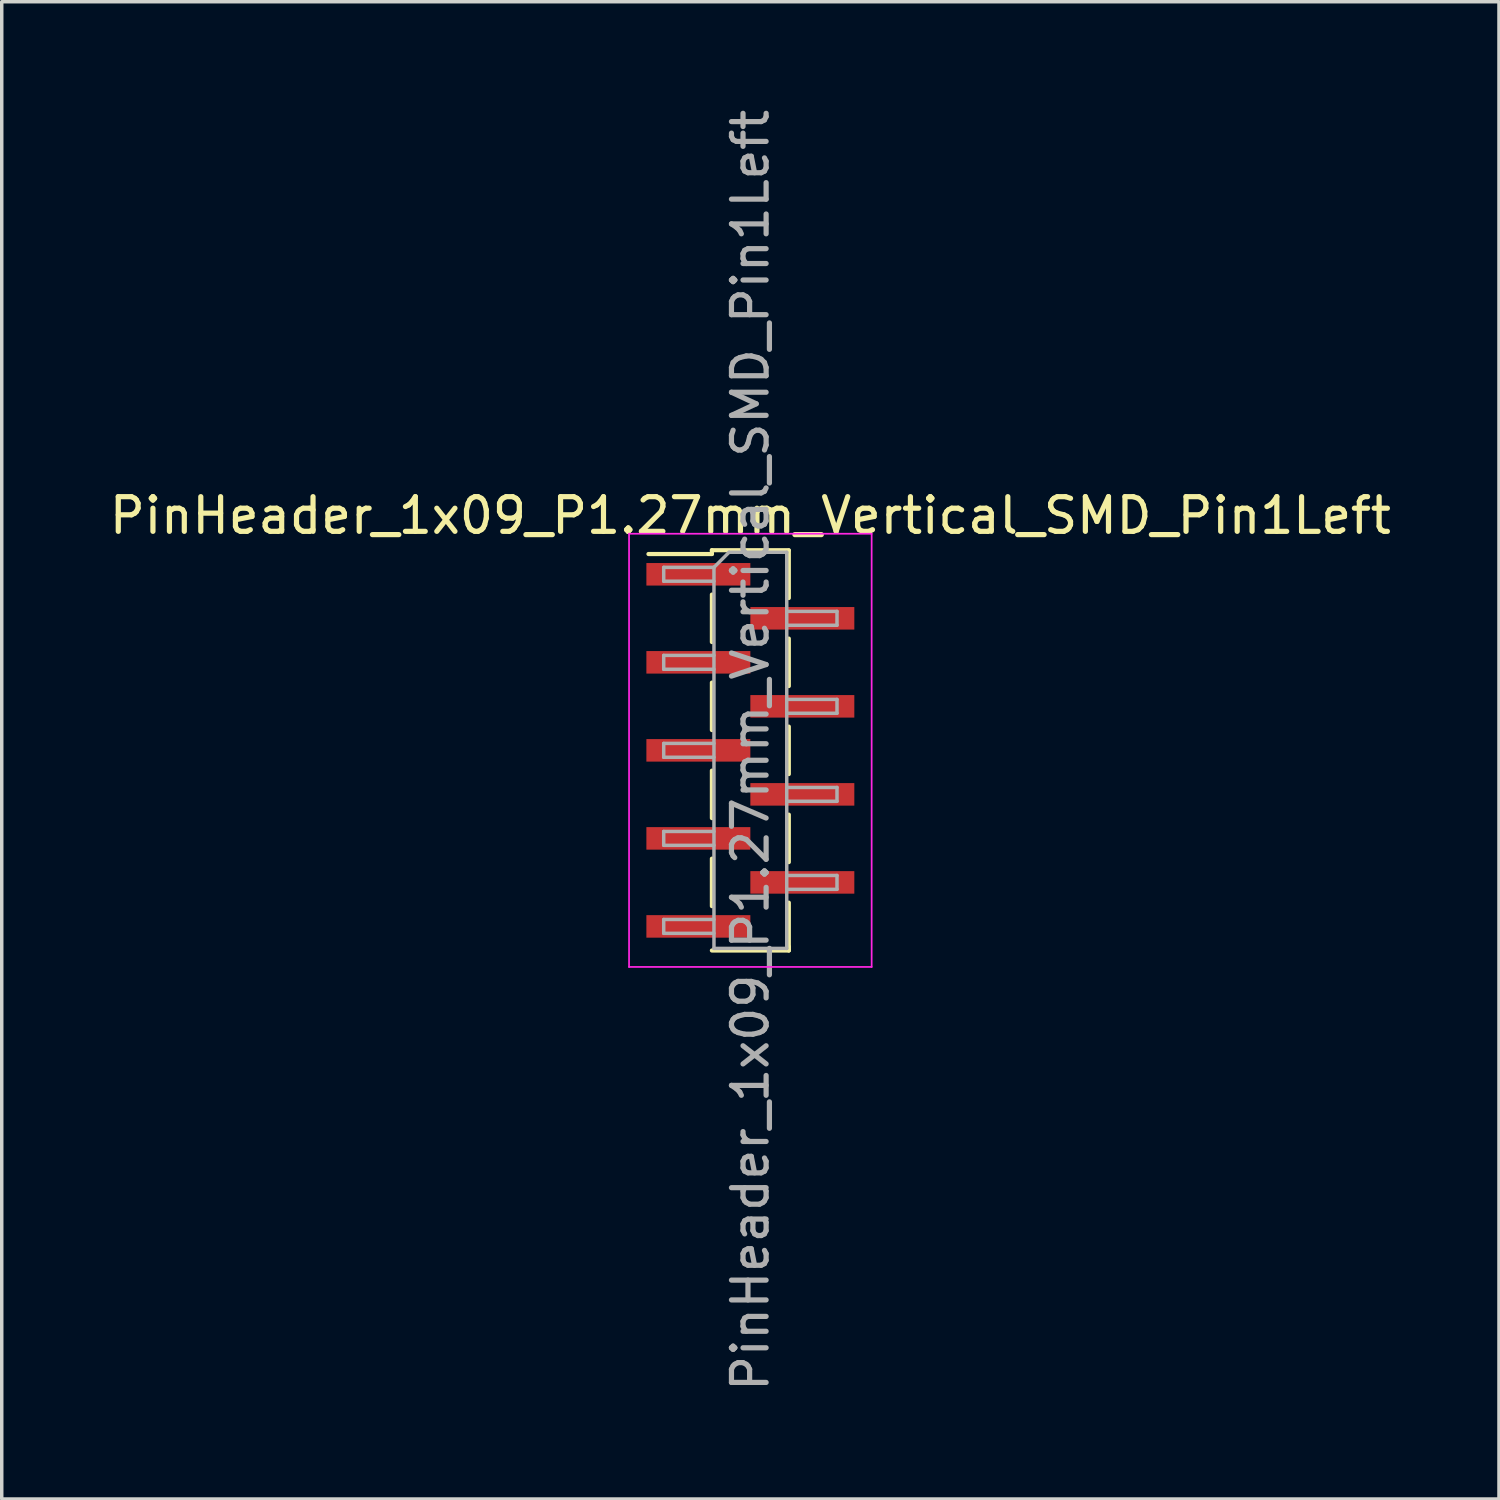
<source format=kicad_pcb>
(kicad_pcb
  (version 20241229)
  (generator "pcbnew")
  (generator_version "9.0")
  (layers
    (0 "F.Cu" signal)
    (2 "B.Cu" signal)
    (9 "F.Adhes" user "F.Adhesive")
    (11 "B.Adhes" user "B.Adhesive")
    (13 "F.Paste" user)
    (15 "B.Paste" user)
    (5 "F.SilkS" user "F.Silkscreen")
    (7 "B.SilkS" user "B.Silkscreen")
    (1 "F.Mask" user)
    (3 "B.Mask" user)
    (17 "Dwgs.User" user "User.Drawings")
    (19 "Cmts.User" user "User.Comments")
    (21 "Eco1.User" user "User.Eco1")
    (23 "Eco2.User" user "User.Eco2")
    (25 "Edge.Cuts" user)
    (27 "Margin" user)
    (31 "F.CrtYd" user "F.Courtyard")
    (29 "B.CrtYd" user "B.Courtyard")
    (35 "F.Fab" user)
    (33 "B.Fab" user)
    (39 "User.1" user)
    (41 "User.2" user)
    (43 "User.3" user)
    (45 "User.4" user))
  (footprint "PinHeader_1x09_P1.27mm_Vertical_SMD_Pin1Left"
    (layer "F.Cu")
    (at 18.601 18.601)
    (property "Reference" "PinHeader_1x09_P1.27mm_Vertical_SMD_Pin1Left" (at 0 -6.775 0) (layer "F.SilkS") (effects (font (size 1 1) (thickness 0.15))))
    (attr smd)
    (fp_line (start -1.11 -5.775) (end -1.11 -5.665) (stroke (width 0.12) (type solid)) (layer "F.SilkS"))
    (fp_line (start -1.11 -5.775) (end 1.11 -5.775) (stroke (width 0.12) (type solid)) (layer "F.SilkS"))
    (fp_line (start -1.11 -5.665) (end -2.94 -5.665) (stroke (width 0.12) (type solid)) (layer "F.SilkS"))
    (fp_line (start -1.11 -4.495) (end -1.11 -3.125) (stroke (width 0.12) (type solid)) (layer "F.SilkS"))
    (fp_line (start -1.11 -1.955) (end -1.11 -0.585) (stroke (width 0.12) (type solid)) (layer "F.SilkS"))
    (fp_line (start -1.11 0.585) (end -1.11 1.955) (stroke (width 0.12) (type solid)) (layer "F.SilkS"))
    (fp_line (start -1.11 3.125) (end -1.11 4.495) (stroke (width 0.12) (type solid)) (layer "F.SilkS"))
    (fp_line (start -1.11 5.775) (end 1.11 5.775) (stroke (width 0.12) (type solid)) (layer "F.SilkS"))
    (fp_line (start 1.11 -5.765) (end 1.11 -4.395) (stroke (width 0.12) (type solid)) (layer "F.SilkS"))
    (fp_line (start 1.11 -3.225) (end 1.11 -1.855) (stroke (width 0.12) (type solid)) (layer "F.SilkS"))
    (fp_line (start 1.11 -0.685) (end 1.11 0.685) (stroke (width 0.12) (type solid)) (layer "F.SilkS"))
    (fp_line (start 1.11 1.855) (end 1.11 3.225) (stroke (width 0.12) (type solid)) (layer "F.SilkS"))
    (fp_line (start 1.11 4.395) (end 1.11 5.765) (stroke (width 0.12) (type solid)) (layer "F.SilkS"))
    (fp_line (start 1.11 5.665) (end 1.11 5.775) (stroke (width 0.12) (type solid)) (layer "F.SilkS"))
    (fp_line (start -3.5 -6.25) (end -3.5 6.25) (stroke (width 0.05) (type solid)) (layer "F.CrtYd"))
    (fp_line (start -3.5 6.25) (end 3.5 6.25) (stroke (width 0.05) (type solid)) (layer "F.CrtYd"))
    (fp_line (start 3.5 -6.25) (end -3.5 -6.25) (stroke (width 0.05) (type solid)) (layer "F.CrtYd"))
    (fp_line (start 3.5 6.25) (end 3.5 -6.25) (stroke (width 0.05) (type solid)) (layer "F.CrtYd"))
    (fp_line (start -2.5 -5.28) (end -2.5 -4.88) (stroke (width 0.1) (type solid)) (layer "F.Fab"))
    (fp_line (start -2.5 -4.88) (end -1.05 -4.88) (stroke (width 0.1) (type solid)) (layer "F.Fab"))
    (fp_line (start -2.5 -2.74) (end -2.5 -2.34) (stroke (width 0.1) (type solid)) (layer "F.Fab"))
    (fp_line (start -2.5 -2.34) (end -1.05 -2.34) (stroke (width 0.1) (type solid)) (layer "F.Fab"))
    (fp_line (start -2.5 -0.2) (end -2.5 0.2) (stroke (width 0.1) (type solid)) (layer "F.Fab"))
    (fp_line (start -2.5 0.2) (end -1.05 0.2) (stroke (width 0.1) (type solid)) (layer "F.Fab"))
    (fp_line (start -2.5 2.34) (end -2.5 2.74) (stroke (width 0.1) (type solid)) (layer "F.Fab"))
    (fp_line (start -2.5 2.74) (end -1.05 2.74) (stroke (width 0.1) (type solid)) (layer "F.Fab"))
    (fp_line (start -2.5 4.88) (end -2.5 5.28) (stroke (width 0.1) (type solid)) (layer "F.Fab"))
    (fp_line (start -2.5 5.28) (end -1.05 5.28) (stroke (width 0.1) (type solid)) (layer "F.Fab"))
    (fp_line (start -1.05 -5.28) (end -2.5 -5.28) (stroke (width 0.1) (type solid)) (layer "F.Fab"))
    (fp_line (start -1.05 -5.28) (end -0.615 -5.715) (stroke (width 0.1) (type solid)) (layer "F.Fab"))
    (fp_line (start -1.05 -2.74) (end -2.5 -2.74) (stroke (width 0.1) (type solid)) (layer "F.Fab"))
    (fp_line (start -1.05 -0.2) (end -2.5 -0.2) (stroke (width 0.1) (type solid)) (layer "F.Fab"))
    (fp_line (start -1.05 2.34) (end -2.5 2.34) (stroke (width 0.1) (type solid)) (layer "F.Fab"))
    (fp_line (start -1.05 4.88) (end -2.5 4.88) (stroke (width 0.1) (type solid)) (layer "F.Fab"))
    (fp_line (start -1.05 5.715) (end -1.05 -5.28) (stroke (width 0.1) (type solid)) (layer "F.Fab"))
    (fp_line (start -0.615 -5.715) (end 1.05 -5.715) (stroke (width 0.1) (type solid)) (layer "F.Fab"))
    (fp_line (start 1.05 -5.715) (end 1.05 5.715) (stroke (width 0.1) (type solid)) (layer "F.Fab"))
    (fp_line (start 1.05 -4.01) (end 2.5 -4.01) (stroke (width 0.1) (type solid)) (layer "F.Fab"))
    (fp_line (start 1.05 -1.47) (end 2.5 -1.47) (stroke (width 0.1) (type solid)) (layer "F.Fab"))
    (fp_line (start 1.05 1.07) (end 2.5 1.07) (stroke (width 0.1) (type solid)) (layer "F.Fab"))
    (fp_line (start 1.05 3.61) (end 2.5 3.61) (stroke (width 0.1) (type solid)) (layer "F.Fab"))
    (fp_line (start 1.05 5.715) (end -1.05 5.715) (stroke (width 0.1) (type solid)) (layer "F.Fab"))
    (fp_line (start 2.5 -4.01) (end 2.5 -3.61) (stroke (width 0.1) (type solid)) (layer "F.Fab"))
    (fp_line (start 2.5 -3.61) (end 1.05 -3.61) (stroke (width 0.1) (type solid)) (layer "F.Fab"))
    (fp_line (start 2.5 -1.47) (end 2.5 -1.07) (stroke (width 0.1) (type solid)) (layer "F.Fab"))
    (fp_line (start 2.5 -1.07) (end 1.05 -1.07) (stroke (width 0.1) (type solid)) (layer "F.Fab"))
    (fp_line (start 2.5 1.07) (end 2.5 1.47) (stroke (width 0.1) (type solid)) (layer "F.Fab"))
    (fp_line (start 2.5 1.47) (end 1.05 1.47) (stroke (width 0.1) (type solid)) (layer "F.Fab"))
    (fp_line (start 2.5 3.61) (end 2.5 4.01) (stroke (width 0.1) (type solid)) (layer "F.Fab"))
    (fp_line (start 2.5 4.01) (end 1.05 4.01) (stroke (width 0.1) (type solid)) (layer "F.Fab"))
    (fp_text user "${REFERENCE}" (at 0 0 90) (layer "F.Fab") (effects (font (size 1 1) (thickness 0.15))))
    (pad "1" smd rect (at -1.5 -5.08) (size 3 0.65) (layers "F.Cu" "F.Mask" "F.Paste"))
    (pad "2" smd rect (at 1.5 -3.81) (size 3 0.65) (layers "F.Cu" "F.Mask" "F.Paste"))
    (pad "3" smd rect (at -1.5 -2.54) (size 3 0.65) (layers "F.Cu" "F.Mask" "F.Paste"))
    (pad "4" smd rect (at 1.5 -1.27) (size 3 0.65) (layers "F.Cu" "F.Mask" "F.Paste"))
    (pad "5" smd rect (at -1.5 0) (size 3 0.65) (layers "F.Cu" "F.Mask" "F.Paste"))
    (pad "6" smd rect (at 1.5 1.27) (size 3 0.65) (layers "F.Cu" "F.Mask" "F.Paste"))
    (pad "7" smd rect (at -1.5 2.54) (size 3 0.65) (layers "F.Cu" "F.Mask" "F.Paste"))
    (pad "8" smd rect (at 1.5 3.81) (size 3 0.65) (layers "F.Cu" "F.Mask" "F.Paste"))
    (pad "9" smd rect (at -1.5 5.08) (size 3 0.65) (layers "F.Cu" "F.Mask" "F.Paste")))
  (gr_rect
    (start -3 -3)
    (end 40.202 40.202)
    (stroke (width 0.1) (type default))
    (fill no)
    (layer "Edge.Cuts")))
</source>
